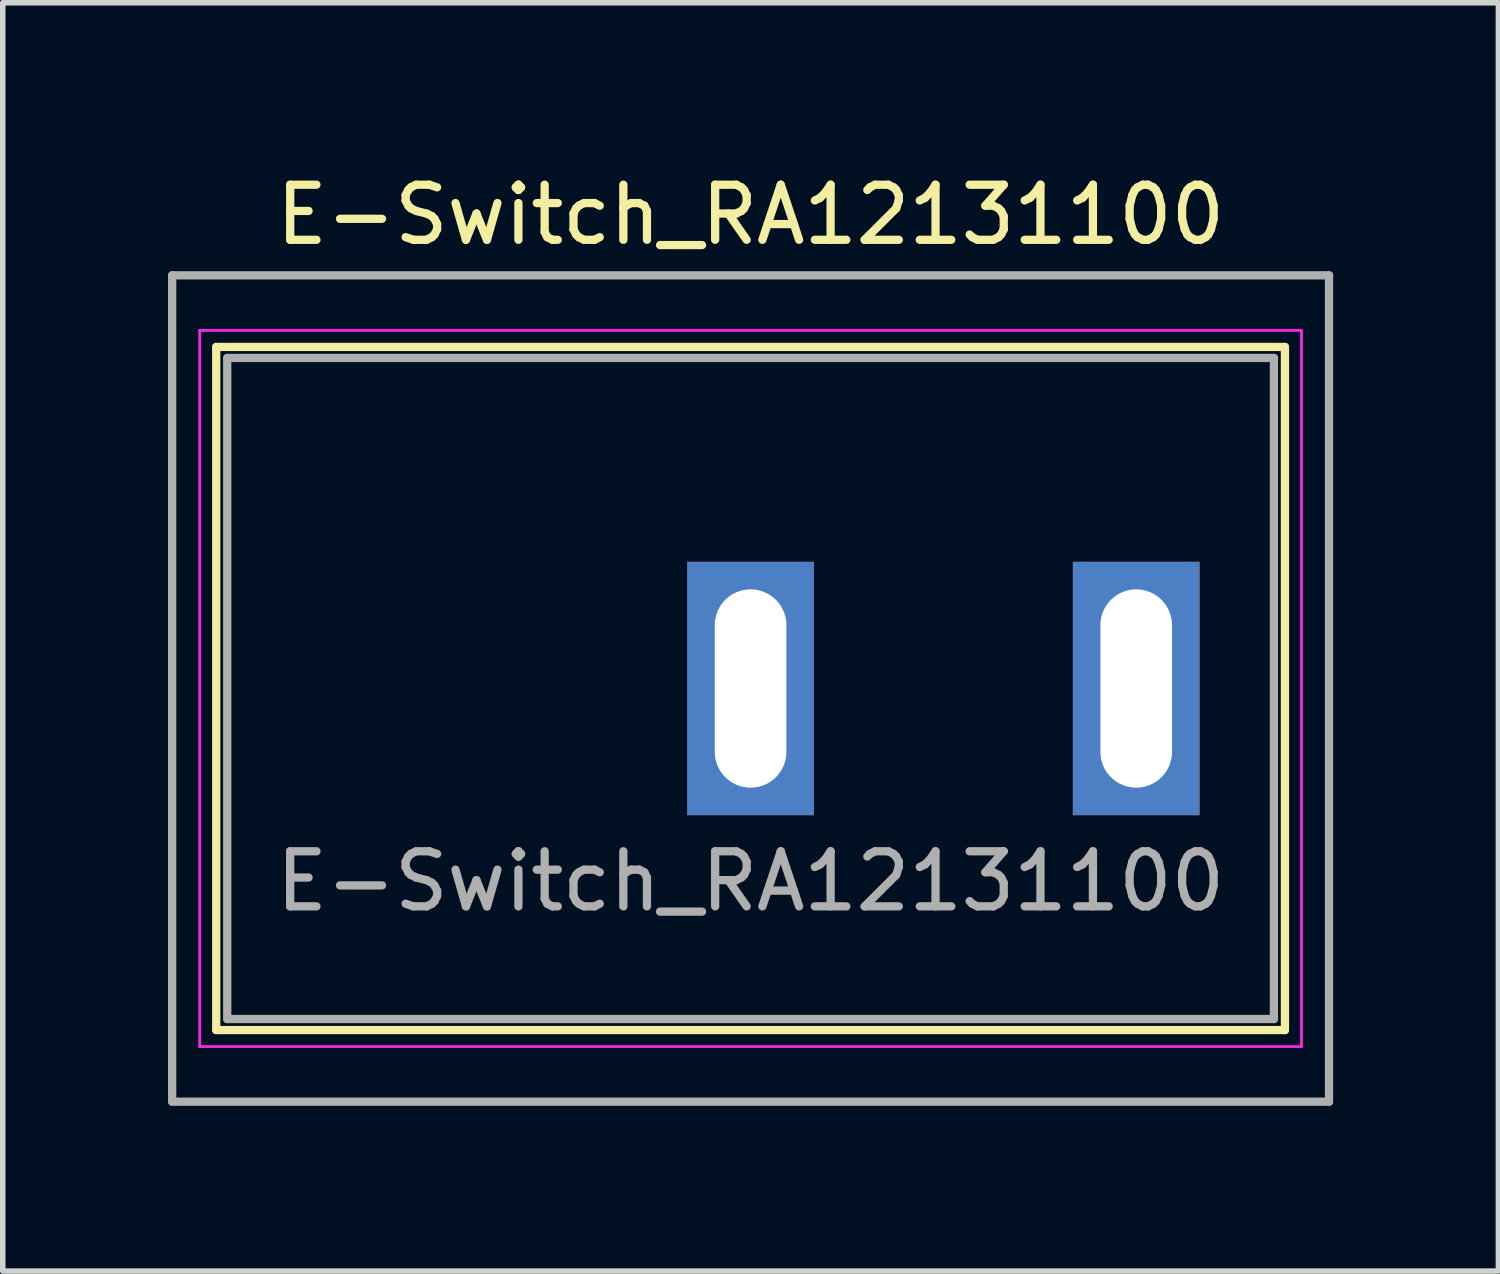
<source format=kicad_pcb>
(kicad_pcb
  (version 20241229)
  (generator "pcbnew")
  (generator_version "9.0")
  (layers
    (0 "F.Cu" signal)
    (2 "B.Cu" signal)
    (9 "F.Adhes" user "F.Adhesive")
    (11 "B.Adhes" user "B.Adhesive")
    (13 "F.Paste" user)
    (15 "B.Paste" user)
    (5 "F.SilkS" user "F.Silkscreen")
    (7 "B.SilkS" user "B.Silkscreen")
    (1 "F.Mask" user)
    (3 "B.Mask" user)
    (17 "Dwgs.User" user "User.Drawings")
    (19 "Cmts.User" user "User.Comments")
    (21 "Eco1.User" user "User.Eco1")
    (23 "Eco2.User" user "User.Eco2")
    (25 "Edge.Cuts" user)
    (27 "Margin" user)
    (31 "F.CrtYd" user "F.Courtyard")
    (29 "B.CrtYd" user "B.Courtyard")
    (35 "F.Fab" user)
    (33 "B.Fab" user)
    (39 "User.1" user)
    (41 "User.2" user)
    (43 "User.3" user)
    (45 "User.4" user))
  (footprint "E-Switch_RA12131100"
    (layer "F.Cu")
    (at 10.575 9.448)
    (property "Reference" "E-Switch_RA12131100" (at 0 -8.6 0) (layer "F.SilkS") (effects (font (size 1 1) (thickness 0.15))))
    (attr through_hole)
    (fp_line (start -9.7 -6.2) (end -9.7 6.2) (stroke (width 0.15) (type solid)) (layer "F.SilkS"))
    (fp_line (start -9.7 6.2) (end 9.7 6.2) (stroke (width 0.15) (type solid)) (layer "F.SilkS"))
    (fp_line (start 9.7 -6.2) (end -9.7 -6.2) (stroke (width 0.15) (type solid)) (layer "F.SilkS"))
    (fp_line (start 9.7 6.2) (end 9.7 -6.2) (stroke (width 0.15) (type solid)) (layer "F.SilkS"))
    (fp_line (start -10 -6.5) (end -10 6.5) (stroke (width 0.05) (type solid)) (layer "F.CrtYd"))
    (fp_line (start -10 6.5) (end 10 6.5) (stroke (width 0.05) (type solid)) (layer "F.CrtYd"))
    (fp_line (start 10 -6.5) (end -10 -6.5) (stroke (width 0.05) (type solid)) (layer "F.CrtYd"))
    (fp_line (start 10 6.5) (end 10 -6.5) (stroke (width 0.05) (type solid)) (layer "F.CrtYd"))
    (fp_line (start -10.5 -7.5) (end -10.5 7.5) (stroke (width 0.15) (type solid)) (layer "F.Fab"))
    (fp_line (start -10.5 7.5) (end 10.5 7.5) (stroke (width 0.15) (type solid)) (layer "F.Fab"))
    (fp_line (start -9.5 -6) (end -9.5 6) (stroke (width 0.15) (type solid)) (layer "F.Fab"))
    (fp_line (start -9.5 6) (end 9.5 6) (stroke (width 0.15) (type solid)) (layer "F.Fab"))
    (fp_line (start 9.5 -6) (end -9.5 -6) (stroke (width 0.15) (type solid)) (layer "F.Fab"))
    (fp_line (start 9.5 6) (end 9.5 -6) (stroke (width 0.15) (type solid)) (layer "F.Fab"))
    (fp_line (start 10.5 -7.5) (end -10.5 -7.5) (stroke (width 0.15) (type solid)) (layer "F.Fab"))
    (fp_line (start 10.5 7.5) (end 10.5 -7.5) (stroke (width 0.15) (type solid)) (layer "F.Fab"))
    (fp_text user "${REFERENCE}" (at 0 3.5 0) (layer "F.Fab") (effects (font (size 1 1) (thickness 0.15))))
    (pad "1" thru_hole rect (at 0 0) (size 2.3 4.6) (drill oval 1.3 3.6) (layers "*.Cu" "*.Mask"))
    (pad "2" thru_hole rect (at 7 0) (size 2.3 4.6) (drill oval 1.3 3.6) (layers "*.Cu" "*.Mask")))
  (gr_rect
    (start -3 -3)
    (end 24.15 20.023)
    (stroke (width 0.1) (type default))
    (fill no)
    (layer "Edge.Cuts")))
</source>
